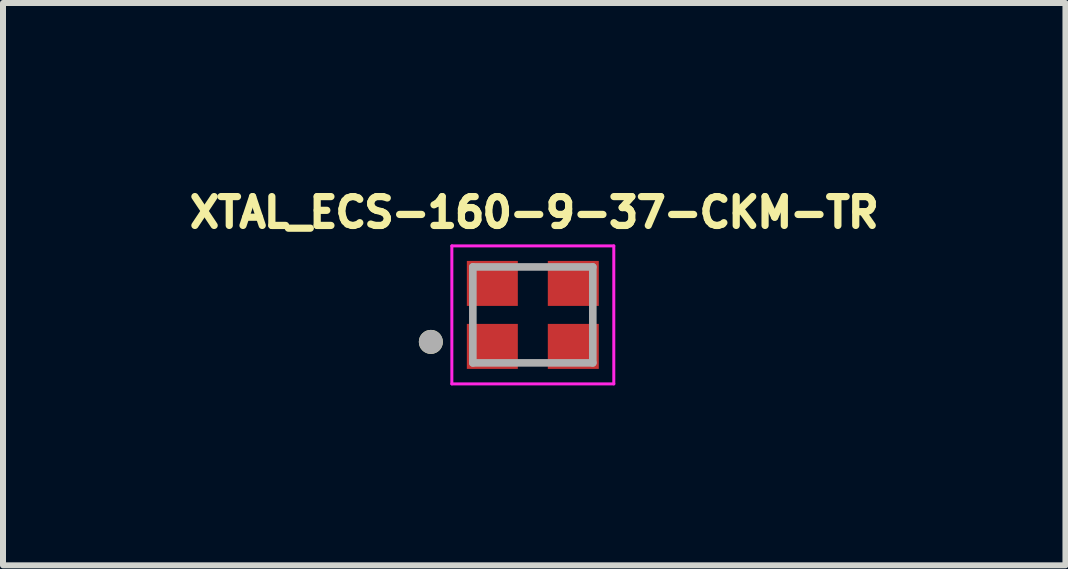
<source format=kicad_pcb>
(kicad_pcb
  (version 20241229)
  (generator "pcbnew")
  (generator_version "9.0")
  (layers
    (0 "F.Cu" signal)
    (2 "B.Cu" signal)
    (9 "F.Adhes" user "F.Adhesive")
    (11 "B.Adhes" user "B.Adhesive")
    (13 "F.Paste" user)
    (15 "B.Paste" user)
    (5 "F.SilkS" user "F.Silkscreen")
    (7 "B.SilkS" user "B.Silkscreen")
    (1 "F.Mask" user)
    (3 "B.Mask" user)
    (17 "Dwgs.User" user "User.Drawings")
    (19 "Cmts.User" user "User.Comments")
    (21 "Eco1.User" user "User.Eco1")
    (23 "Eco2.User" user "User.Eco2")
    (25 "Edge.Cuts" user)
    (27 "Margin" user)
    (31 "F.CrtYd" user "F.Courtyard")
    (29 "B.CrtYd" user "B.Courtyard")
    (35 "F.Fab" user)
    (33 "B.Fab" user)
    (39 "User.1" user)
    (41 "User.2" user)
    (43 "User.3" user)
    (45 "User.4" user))
  (footprint "XTAL_ECS-160-9-37-CKM-TR"
    (layer "F.Cu")
    (at 5.833 2.2)
    (property "Reference" "XTAL_ECS-160-9-37-CKM-TR" (at 0.024 -1.708 0) (layer "F.SilkS") (effects (font (size 0.481 0.481) (thickness 0.15))))
    (attr smd)
    (fp_circle (center -1.7 0.45) (end -1.6 0.45) (stroke (width 0.2) (type solid)) (fill no) (layer "F.SilkS"))
    (fp_line (start -1.35 -1.15) (end -1.35 1.15) (stroke (width 0.05) (type solid)) (layer "F.CrtYd"))
    (fp_line (start -1.35 1.15) (end 1.35 1.15) (stroke (width 0.05) (type solid)) (layer "F.CrtYd"))
    (fp_line (start 1.35 -1.15) (end -1.35 -1.15) (stroke (width 0.05) (type solid)) (layer "F.CrtYd"))
    (fp_line (start 1.35 1.15) (end 1.35 -1.15) (stroke (width 0.05) (type solid)) (layer "F.CrtYd"))
    (fp_line (start -1 -0.8) (end -1 0.8) (stroke (width 0.127) (type solid)) (layer "F.Fab"))
    (fp_line (start -1 0.8) (end 1 0.8) (stroke (width 0.127) (type solid)) (layer "F.Fab"))
    (fp_line (start 1 -0.8) (end -1 -0.8) (stroke (width 0.127) (type solid)) (layer "F.Fab"))
    (fp_line (start 1 0.8) (end 1 -0.8) (stroke (width 0.127) (type solid)) (layer "F.Fab"))
    (fp_circle (center -1.7 0.45) (end -1.6 0.45) (stroke (width 0.2) (type solid)) (fill no) (layer "F.Fab"))
    (pad "1" smd rect (at -0.675 0.525) (size 0.85 0.75) (layers "F.Cu" "F.Mask" "F.Paste"))
    (pad "2" smd rect (at 0.675 0.525) (size 0.85 0.75) (layers "F.Cu" "F.Mask" "F.Paste"))
    (pad "3" smd rect (at 0.675 -0.525) (size 0.85 0.75) (layers "F.Cu" "F.Mask" "F.Paste"))
    (pad "4" smd rect (at -0.675 -0.525) (size 0.85 0.75) (layers "F.Cu" "F.Mask" "F.Paste")))
  (gr_rect
    (start -3 -3)
    (end 14.713 6.375)
    (stroke (width 0.1) (type default))
    (fill no)
    (layer "Edge.Cuts")))
</source>
